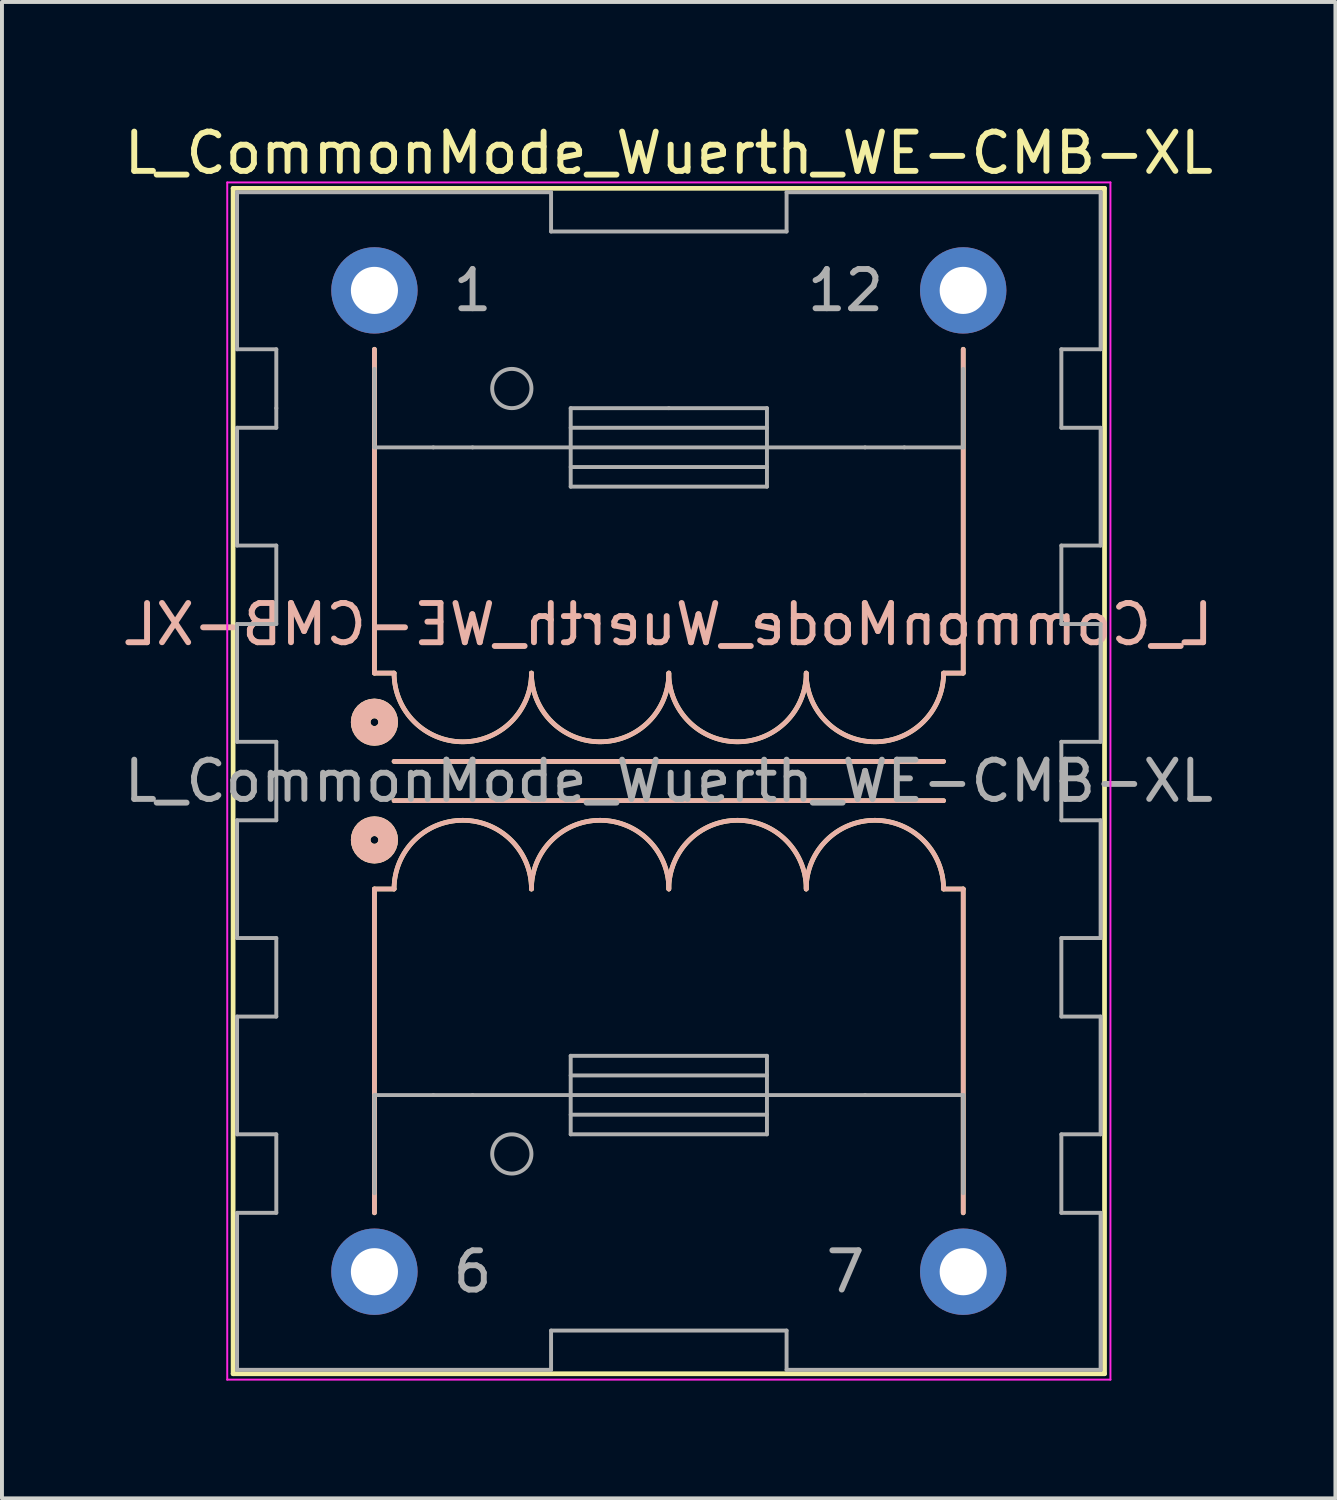
<source format=kicad_pcb>
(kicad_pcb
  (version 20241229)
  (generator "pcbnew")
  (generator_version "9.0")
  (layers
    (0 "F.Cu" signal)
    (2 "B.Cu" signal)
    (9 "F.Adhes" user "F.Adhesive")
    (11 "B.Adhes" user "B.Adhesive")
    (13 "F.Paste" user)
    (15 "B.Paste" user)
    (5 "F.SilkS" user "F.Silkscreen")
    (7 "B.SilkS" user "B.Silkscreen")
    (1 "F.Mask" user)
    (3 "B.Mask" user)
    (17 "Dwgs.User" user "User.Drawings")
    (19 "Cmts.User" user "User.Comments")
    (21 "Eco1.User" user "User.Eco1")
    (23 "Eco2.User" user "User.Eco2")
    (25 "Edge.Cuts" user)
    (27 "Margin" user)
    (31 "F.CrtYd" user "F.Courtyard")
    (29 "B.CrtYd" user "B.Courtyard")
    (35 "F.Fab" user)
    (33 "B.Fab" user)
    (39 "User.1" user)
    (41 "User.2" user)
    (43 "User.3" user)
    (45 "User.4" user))
  (footprint "L_CommonMode_Wuerth_WE-CMB-XL"
    (layer "F.Cu")
    (at 6.489 4.348)
    (property "Reference" "L_CommonMode_Wuerth_WE-CMB-XL" (at 7.5 -3.5 0) (layer "F.SilkS") (effects (font (size 1 1) (thickness 0.15))))
    (fp_line (start -3.6 -2.6) (end -3.6 27.6) (stroke (width 0.12) (type solid)) (layer "F.SilkS"))
    (fp_line (start -3.6 27.6) (end 18.6 27.6) (stroke (width 0.12) (type solid)) (layer "F.SilkS"))
    (fp_line (start 0 9.75) (end 0 1.5) (stroke (width 0.12) (type solid)) (layer "F.SilkS"))
    (fp_line (start 0 15.25) (end 0 23.5) (stroke (width 0.12) (type solid)) (layer "F.SilkS"))
    (fp_line (start 0.5 9.75) (end 0 9.75) (stroke (width 0.12) (type solid)) (layer "F.SilkS"))
    (fp_line (start 0.5 12) (end 14.5 12) (stroke (width 0.12) (type solid)) (layer "F.SilkS"))
    (fp_line (start 0.5 13) (end 14.5 13) (stroke (width 0.12) (type solid)) (layer "F.SilkS"))
    (fp_line (start 0.5 15.25) (end 0 15.25) (stroke (width 0.12) (type solid)) (layer "F.SilkS"))
    (fp_line (start 14.5 9.75) (end 15 9.75) (stroke (width 0.12) (type solid)) (layer "F.SilkS"))
    (fp_line (start 14.5 15.25) (end 15 15.25) (stroke (width 0.12) (type solid)) (layer "F.SilkS"))
    (fp_line (start 15 9.75) (end 15 1.5) (stroke (width 0.12) (type solid)) (layer "F.SilkS"))
    (fp_line (start 15 15.25) (end 15 23.5) (stroke (width 0.12) (type solid)) (layer "F.SilkS"))
    (fp_line (start 18.6 -2.6) (end -3.6 -2.6) (stroke (width 0.12) (type solid)) (layer "F.SilkS"))
    (fp_line (start 18.6 27.6) (end 18.6 -2.6) (stroke (width 0.12) (type solid)) (layer "F.SilkS"))
    (fp_arc (start 0.5 15.25) (mid 2.25 13.5) (end 4 15.25) (stroke (width 0.12) (type solid)) (layer "F.SilkS"))
    (fp_arc (start 4 9.75) (mid 2.25 11.5) (end 0.5 9.75) (stroke (width 0.12) (type solid)) (layer "F.SilkS"))
    (fp_arc (start 4 15.25) (mid 5.75 13.5) (end 7.5 15.25) (stroke (width 0.12) (type solid)) (layer "F.SilkS"))
    (fp_arc (start 7.5 9.75) (mid 5.75 11.5) (end 4 9.75) (stroke (width 0.12) (type solid)) (layer "F.SilkS"))
    (fp_arc (start 7.5 15.25) (mid 9.25 13.5) (end 11 15.25) (stroke (width 0.12) (type solid)) (layer "F.SilkS"))
    (fp_arc (start 11 9.75) (mid 9.25 11.5) (end 7.5 9.75) (stroke (width 0.12) (type solid)) (layer "F.SilkS"))
    (fp_arc (start 11 15.25) (mid 12.75 13.5) (end 14.5 15.25) (stroke (width 0.12) (type solid)) (layer "F.SilkS"))
    (fp_arc (start 14.5 9.75) (mid 12.75 11.5) (end 11 9.75) (stroke (width 0.12) (type solid)) (layer "F.SilkS"))
    (fp_circle (center 0 11) (end 0.1 11) (stroke (width 0.5) (type solid)) (fill no) (layer "F.SilkS"))
    (fp_circle (center 0 14) (end 0.1 14) (stroke (width 0.5) (type solid)) (fill no) (layer "F.SilkS"))
    (fp_line (start 0 9.75) (end 0 1.5) (stroke (width 0.12) (type solid)) (layer "B.SilkS"))
    (fp_line (start 0 15.25) (end 0 23.5) (stroke (width 0.12) (type solid)) (layer "B.SilkS"))
    (fp_line (start 0.5 9.75) (end 0 9.75) (stroke (width 0.12) (type solid)) (layer "B.SilkS"))
    (fp_line (start 0.5 12) (end 14.5 12) (stroke (width 0.12) (type solid)) (layer "B.SilkS"))
    (fp_line (start 0.5 13) (end 14.5 13) (stroke (width 0.12) (type solid)) (layer "B.SilkS"))
    (fp_line (start 0.5 15.25) (end 0 15.25) (stroke (width 0.12) (type solid)) (layer "B.SilkS"))
    (fp_line (start 14.5 9.75) (end 15 9.75) (stroke (width 0.12) (type solid)) (layer "B.SilkS"))
    (fp_line (start 14.5 15.25) (end 15 15.25) (stroke (width 0.12) (type solid)) (layer "B.SilkS"))
    (fp_line (start 15 9.75) (end 15 1.5) (stroke (width 0.12) (type solid)) (layer "B.SilkS"))
    (fp_line (start 15 15.25) (end 15 23.5) (stroke (width 0.12) (type solid)) (layer "B.SilkS"))
    (fp_arc (start 0.5 15.25) (mid 2.25 13.5) (end 4 15.25) (stroke (width 0.12) (type solid)) (layer "B.SilkS"))
    (fp_arc (start 4 9.75) (mid 2.25 11.5) (end 0.5 9.75) (stroke (width 0.12) (type solid)) (layer "B.SilkS"))
    (fp_arc (start 4 15.25) (mid 5.75 13.5) (end 7.5 15.25) (stroke (width 0.12) (type solid)) (layer "B.SilkS"))
    (fp_arc (start 7.5 9.75) (mid 5.75 11.5) (end 4 9.75) (stroke (width 0.12) (type solid)) (layer "B.SilkS"))
    (fp_arc (start 7.5 15.25) (mid 9.25 13.5) (end 11 15.25) (stroke (width 0.12) (type solid)) (layer "B.SilkS"))
    (fp_arc (start 11 9.75) (mid 9.25 11.5) (end 7.5 9.75) (stroke (width 0.12) (type solid)) (layer "B.SilkS"))
    (fp_arc (start 11 15.25) (mid 12.75 13.5) (end 14.5 15.25) (stroke (width 0.12) (type solid)) (layer "B.SilkS"))
    (fp_arc (start 14.5 9.75) (mid 12.75 11.5) (end 11 9.75) (stroke (width 0.12) (type solid)) (layer "B.SilkS"))
    (fp_circle (center 0 11) (end 0.1 11) (stroke (width 0.5) (type solid)) (fill no) (layer "B.SilkS"))
    (fp_circle (center 0 14) (end 0.1 14) (stroke (width 0.5) (type solid)) (fill no) (layer "B.SilkS"))
    (fp_line (start -3.75 -2.75) (end 18.75 -2.75) (stroke (width 0.05) (type solid)) (layer "F.CrtYd"))
    (fp_line (start -3.75 27.75) (end -3.75 -2.75) (stroke (width 0.05) (type solid)) (layer "F.CrtYd"))
    (fp_line (start 18.75 -2.75) (end 18.75 27.75) (stroke (width 0.05) (type solid)) (layer "F.CrtYd"))
    (fp_line (start 18.75 27.75) (end -3.75 27.75) (stroke (width 0.05) (type solid)) (layer "F.CrtYd"))
    (fp_line (start -3.5 -2.5) (end -3.5 1.5) (stroke (width 0.1) (type solid)) (layer "F.Fab"))
    (fp_line (start -3.5 1.5) (end -2.5 1.5) (stroke (width 0.1) (type solid)) (layer "F.Fab"))
    (fp_line (start -3.5 3.5) (end -3.5 6.5) (stroke (width 0.1) (type solid)) (layer "F.Fab"))
    (fp_line (start -3.5 6.5) (end -2.5 6.5) (stroke (width 0.1) (type solid)) (layer "F.Fab"))
    (fp_line (start -3.5 8.5) (end -3.5 11.5) (stroke (width 0.1) (type solid)) (layer "F.Fab"))
    (fp_line (start -3.5 11.5) (end -2.5 11.5) (stroke (width 0.1) (type solid)) (layer "F.Fab"))
    (fp_line (start -3.5 13.5) (end -3.5 16.5) (stroke (width 0.1) (type solid)) (layer "F.Fab"))
    (fp_line (start -3.5 16.5) (end -2.5 16.5) (stroke (width 0.1) (type solid)) (layer "F.Fab"))
    (fp_line (start -3.5 18.5) (end -3.5 21.5) (stroke (width 0.1) (type solid)) (layer "F.Fab"))
    (fp_line (start -3.5 21.5) (end -2.5 21.5) (stroke (width 0.1) (type solid)) (layer "F.Fab"))
    (fp_line (start -3.5 23.5) (end -3.5 27.5) (stroke (width 0.1) (type solid)) (layer "F.Fab"))
    (fp_line (start -2.5 1.5) (end -2.5 3) (stroke (width 0.1) (type solid)) (layer "F.Fab"))
    (fp_line (start -2.5 3) (end -2.5 3.5) (stroke (width 0.1) (type solid)) (layer "F.Fab"))
    (fp_line (start -2.5 3.5) (end -3.5 3.5) (stroke (width 0.1) (type solid)) (layer "F.Fab"))
    (fp_line (start -2.5 6.5) (end -2.5 8.5) (stroke (width 0.1) (type solid)) (layer "F.Fab"))
    (fp_line (start -2.5 8.5) (end -3.5 8.5) (stroke (width 0.1) (type solid)) (layer "F.Fab"))
    (fp_line (start -2.5 11.5) (end -2.5 13.5) (stroke (width 0.1) (type solid)) (layer "F.Fab"))
    (fp_line (start -2.5 13.5) (end -3.5 13.5) (stroke (width 0.1) (type solid)) (layer "F.Fab"))
    (fp_line (start -2.5 16.5) (end -2.5 18.5) (stroke (width 0.1) (type solid)) (layer "F.Fab"))
    (fp_line (start -2.5 18.5) (end -3.5 18.5) (stroke (width 0.1) (type solid)) (layer "F.Fab"))
    (fp_line (start -2.5 21.5) (end -2.5 23.5) (stroke (width 0.1) (type solid)) (layer "F.Fab"))
    (fp_line (start -2.5 23.5) (end -3.5 23.5) (stroke (width 0.1) (type solid)) (layer "F.Fab"))
    (fp_line (start 0 4) (end 0 2) (stroke (width 0.1) (type solid)) (layer "F.Fab"))
    (fp_line (start 0 20.5) (end 0 23) (stroke (width 0.1) (type solid)) (layer "F.Fab"))
    (fp_line (start 1.5 4) (end 0 4) (stroke (width 0.1) (type solid)) (layer "F.Fab"))
    (fp_line (start 1.5 20.5) (end 0 20.5) (stroke (width 0.1) (type solid)) (layer "F.Fab"))
    (fp_line (start 2.5 4) (end 1.5 4) (stroke (width 0.1) (type solid)) (layer "F.Fab"))
    (fp_line (start 2.5 20.5) (end 1.5 20.5) (stroke (width 0.1) (type solid)) (layer "F.Fab"))
    (fp_line (start 2.5 20.5) (end 5 20.5) (stroke (width 0.1) (type solid)) (layer "F.Fab"))
    (fp_line (start 4.5 -2.5) (end -3.5 -2.5) (stroke (width 0.1) (type solid)) (layer "F.Fab"))
    (fp_line (start 4.5 -1.5) (end 4.5 -2.5) (stroke (width 0.1) (type solid)) (layer "F.Fab"))
    (fp_line (start 4.5 26.5) (end 4.5 27.5) (stroke (width 0.1) (type solid)) (layer "F.Fab"))
    (fp_line (start 4.5 27.5) (end -3.5 27.5) (stroke (width 0.1) (type solid)) (layer "F.Fab"))
    (fp_line (start 5 3) (end 7.5 3) (stroke (width 0.1) (type solid)) (layer "F.Fab"))
    (fp_line (start 5 4) (end 2.5 4) (stroke (width 0.1) (type solid)) (layer "F.Fab"))
    (fp_line (start 5 4) (end 10 4) (stroke (width 0.1) (type solid)) (layer "F.Fab"))
    (fp_line (start 5 4.5) (end 10 4.5) (stroke (width 0.1) (type solid)) (layer "F.Fab"))
    (fp_line (start 5 5) (end 5 3) (stroke (width 0.1) (type solid)) (layer "F.Fab"))
    (fp_line (start 5 19.5) (end 10 19.5) (stroke (width 0.1) (type solid)) (layer "F.Fab"))
    (fp_line (start 5 21) (end 10 21) (stroke (width 0.1) (type solid)) (layer "F.Fab"))
    (fp_line (start 5 21.5) (end 5 19.5) (stroke (width 0.1) (type solid)) (layer "F.Fab"))
    (fp_line (start 7.5 3) (end 10 3) (stroke (width 0.1) (type solid)) (layer "F.Fab"))
    (fp_line (start 10 3) (end 10 5) (stroke (width 0.1) (type solid)) (layer "F.Fab"))
    (fp_line (start 10 3.5) (end 5 3.5) (stroke (width 0.1) (type solid)) (layer "F.Fab"))
    (fp_line (start 10 4) (end 12.5 4) (stroke (width 0.1) (type solid)) (layer "F.Fab"))
    (fp_line (start 10 5) (end 5 5) (stroke (width 0.1) (type solid)) (layer "F.Fab"))
    (fp_line (start 10 19.5) (end 10 21.5) (stroke (width 0.1) (type solid)) (layer "F.Fab"))
    (fp_line (start 10 20) (end 5 20) (stroke (width 0.1) (type solid)) (layer "F.Fab"))
    (fp_line (start 10 20.5) (end 5 20.5) (stroke (width 0.1) (type solid)) (layer "F.Fab"))
    (fp_line (start 10 21.5) (end 5 21.5) (stroke (width 0.1) (type solid)) (layer "F.Fab"))
    (fp_line (start 10.5 -2.5) (end 10.5 -1.5) (stroke (width 0.1) (type solid)) (layer "F.Fab"))
    (fp_line (start 10.5 -1.5) (end 4.5 -1.5) (stroke (width 0.1) (type solid)) (layer "F.Fab"))
    (fp_line (start 10.5 26.5) (end 4.5 26.5) (stroke (width 0.1) (type solid)) (layer "F.Fab"))
    (fp_line (start 10.5 27.5) (end 10.5 26.5) (stroke (width 0.1) (type solid)) (layer "F.Fab"))
    (fp_line (start 12.5 4) (end 13.5 4) (stroke (width 0.1) (type solid)) (layer "F.Fab"))
    (fp_line (start 12.5 20.5) (end 10 20.5) (stroke (width 0.1) (type solid)) (layer "F.Fab"))
    (fp_line (start 12.5 20.5) (end 15 20.5) (stroke (width 0.1) (type solid)) (layer "F.Fab"))
    (fp_line (start 13.5 4) (end 15 4) (stroke (width 0.1) (type solid)) (layer "F.Fab"))
    (fp_line (start 15 4) (end 15 2) (stroke (width 0.1) (type solid)) (layer "F.Fab"))
    (fp_line (start 15 20.5) (end 15 23) (stroke (width 0.1) (type solid)) (layer "F.Fab"))
    (fp_line (start 17.5 1.5) (end 18.5 1.5) (stroke (width 0.1) (type solid)) (layer "F.Fab"))
    (fp_line (start 17.5 3.5) (end 17.5 1.5) (stroke (width 0.1) (type solid)) (layer "F.Fab"))
    (fp_line (start 17.5 6.5) (end 18.5 6.5) (stroke (width 0.1) (type solid)) (layer "F.Fab"))
    (fp_line (start 17.5 8.5) (end 17.5 6.5) (stroke (width 0.1) (type solid)) (layer "F.Fab"))
    (fp_line (start 17.5 11.5) (end 18.5 11.5) (stroke (width 0.1) (type solid)) (layer "F.Fab"))
    (fp_line (start 17.5 12.5) (end 17.5 11.5) (stroke (width 0.1) (type solid)) (layer "F.Fab"))
    (fp_line (start 17.5 12.5) (end 17.5 13.5) (stroke (width 0.1) (type solid)) (layer "F.Fab"))
    (fp_line (start 17.5 13.5) (end 18.5 13.5) (stroke (width 0.1) (type solid)) (layer "F.Fab"))
    (fp_line (start 17.5 16.5) (end 17.5 18.5) (stroke (width 0.1) (type solid)) (layer "F.Fab"))
    (fp_line (start 17.5 18.5) (end 18.5 18.5) (stroke (width 0.1) (type solid)) (layer "F.Fab"))
    (fp_line (start 17.5 21.5) (end 17.5 23.5) (stroke (width 0.1) (type solid)) (layer "F.Fab"))
    (fp_line (start 17.5 23.5) (end 18.5 23.5) (stroke (width 0.1) (type solid)) (layer "F.Fab"))
    (fp_line (start 18.5 -2.5) (end 10.5 -2.5) (stroke (width 0.1) (type solid)) (layer "F.Fab"))
    (fp_line (start 18.5 1.5) (end 18.5 -2.5) (stroke (width 0.1) (type solid)) (layer "F.Fab"))
    (fp_line (start 18.5 3.5) (end 17.5 3.5) (stroke (width 0.1) (type solid)) (layer "F.Fab"))
    (fp_line (start 18.5 6.5) (end 18.5 3.5) (stroke (width 0.1) (type solid)) (layer "F.Fab"))
    (fp_line (start 18.5 8.5) (end 17.5 8.5) (stroke (width 0.1) (type solid)) (layer "F.Fab"))
    (fp_line (start 18.5 9) (end 18.5 8.5) (stroke (width 0.1) (type solid)) (layer "F.Fab"))
    (fp_line (start 18.5 11.5) (end 18.5 9) (stroke (width 0.1) (type solid)) (layer "F.Fab"))
    (fp_line (start 18.5 13.5) (end 18.5 16.5) (stroke (width 0.1) (type solid)) (layer "F.Fab"))
    (fp_line (start 18.5 16.5) (end 17.5 16.5) (stroke (width 0.1) (type solid)) (layer "F.Fab"))
    (fp_line (start 18.5 18.5) (end 18.5 21.5) (stroke (width 0.1) (type solid)) (layer "F.Fab"))
    (fp_line (start 18.5 21.5) (end 17.5 21.5) (stroke (width 0.1) (type solid)) (layer "F.Fab"))
    (fp_line (start 18.5 23.5) (end 18.5 27.5) (stroke (width 0.1) (type solid)) (layer "F.Fab"))
    (fp_line (start 18.5 27.5) (end 10.5 27.5) (stroke (width 0.1) (type solid)) (layer "F.Fab"))
    (fp_circle (center 3.5 2.5) (end 4 2.5) (stroke (width 0.1) (type solid)) (fill no) (layer "F.Fab"))
    (fp_circle (center 3.5 22) (end 4 22) (stroke (width 0.1) (type solid)) (fill no) (layer "F.Fab"))
    (fp_text user "${REFERENCE}" (at 7.493 8.509 0) (layer "B.SilkS") (effects (font (size 1 1) (thickness 0.15)) (justify mirror)))
    (fp_text user "${REFERENCE}" (at 7.5 12.5 0) (layer "F.Fab") (effects (font (size 1 1) (thickness 0.15))))
    (fp_text user "12" (at 12 0 0) (layer "F.Fab") (effects (font (size 1 1) (thickness 0.15))))
    (fp_text user "1" (at 2.5 0 0) (layer "F.Fab") (effects (font (size 1 1) (thickness 0.15))))
    (fp_text user "6" (at 2.5 25 0) (layer "F.Fab") (effects (font (size 1 1) (thickness 0.15))))
    (fp_text user "7" (at 12 25 0) (layer "F.Fab") (effects (font (size 1 1) (thickness 0.15))))
    (pad "1" thru_hole circle (at 0 0) (size 2.2 2.2) (drill 1.2) (layers "*.Cu" "*.Mask"))
    (pad "6" thru_hole circle (at 0 25) (size 2.2 2.2) (drill 1.2) (layers "*.Cu" "*.Mask"))
    (pad "7" thru_hole circle (at 15 25) (size 2.2 2.2) (drill 1.2) (layers "*.Cu" "*.Mask"))
    (pad "12" thru_hole circle (at 15 0) (size 2.2 2.2) (drill 1.2) (layers "*.Cu" "*.Mask")))
  (gr_rect
    (start -3 -3)
    (end 30.971 35.123)
    (stroke (width 0.1) (type default))
    (fill no)
    (layer "Edge.Cuts")))
</source>
